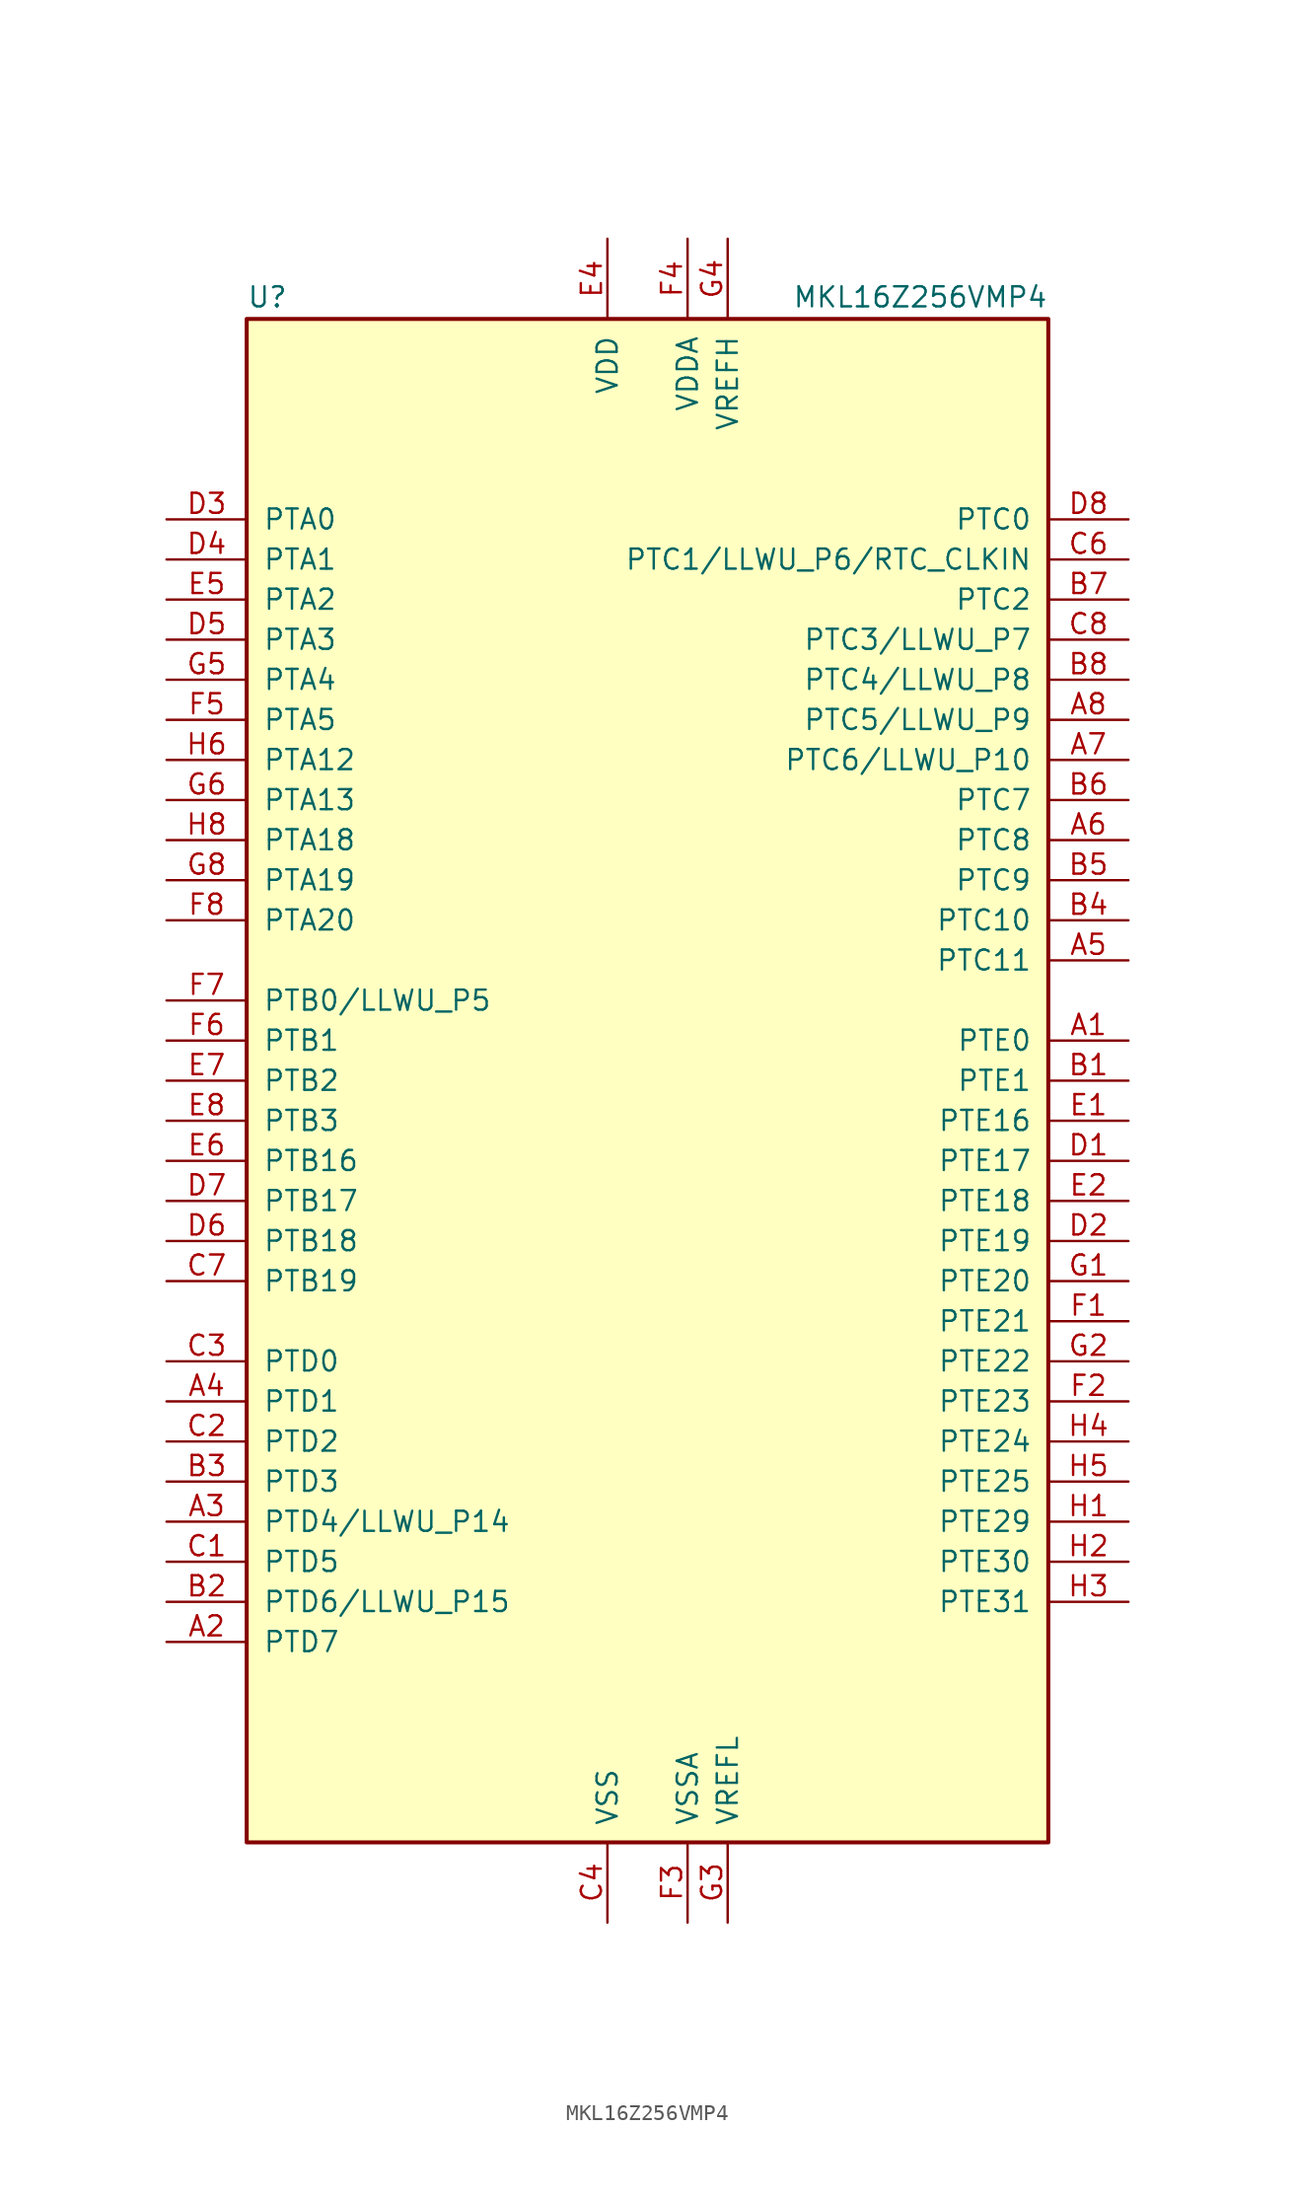
<source format=kicad_sym>
(kicad_symbol_lib
  (version 20200908)
  (generator kicad_symbol_editor)
  (symbol "MCU_NXP_Kinetis:MKL16Z256VMP4"
    (pin_names
      (offset 1.016))
    (property "Reference" "U"
      (at -25.4 48.895 0)
      (effects (font (size 1.27 1.27)) (justify left bottom)))
    (property "Value" "MKL16Z256VMP4"
      (at 25.4 48.895 0)
      (effects (font (size 1.27 1.27)) (justify right bottom)))
    (symbol "MKL16Z256VMP4_0_1"
      (rectangle (start -25.4 48.26) (end 25.4 -48.26) (stroke (width 0.254)) (fill (type background))))
    (symbol "MKL16Z256VMP4_1_1"
      (pin bidirectional line (at 30.48 2.54 180) (length 5.08) (name "PTE0" (effects (font (size 1.27 1.27)))) (number "A1" (effects (font (size 1.27 1.27)))))
      (pin bidirectional line (at -30.48 -35.56 0) (length 5.08) (name "PTD7" (effects (font (size 1.27 1.27)))) (number "A2" (effects (font (size 1.27 1.27)))))
      (pin bidirectional line (at -30.48 -27.94 0) (length 5.08) (name "PTD4/LLWU_P14" (effects (font (size 1.27 1.27)))) (number "A3" (effects (font (size 1.27 1.27)))))
      (pin bidirectional line (at -30.48 -20.32 0) (length 5.08) (name "PTD1" (effects (font (size 1.27 1.27)))) (number "A4" (effects (font (size 1.27 1.27)))))
      (pin bidirectional line (at 30.48 7.62 180) (length 5.08) (name "PTC11" (effects (font (size 1.27 1.27)))) (number "A5" (effects (font (size 1.27 1.27)))))
      (pin bidirectional line (at 30.48 15.24 180) (length 5.08) (name "PTC8" (effects (font (size 1.27 1.27)))) (number "A6" (effects (font (size 1.27 1.27)))))
      (pin bidirectional line (at 30.48 20.32 180) (length 5.08) (name "PTC6/LLWU_P10" (effects (font (size 1.27 1.27)))) (number "A7" (effects (font (size 1.27 1.27)))))
      (pin bidirectional line (at 30.48 22.86 180) (length 5.08) (name "PTC5/LLWU_P9" (effects (font (size 1.27 1.27)))) (number "A8" (effects (font (size 1.27 1.27)))))
      (pin bidirectional line (at 30.48 0 180) (length 5.08) (name "PTE1" (effects (font (size 1.27 1.27)))) (number "B1" (effects (font (size 1.27 1.27)))))
      (pin bidirectional line (at -30.48 -33.02 0) (length 5.08) (name "PTD6/LLWU_P15" (effects (font (size 1.27 1.27)))) (number "B2" (effects (font (size 1.27 1.27)))))
      (pin bidirectional line (at -30.48 -25.4 0) (length 5.08) (name "PTD3" (effects (font (size 1.27 1.27)))) (number "B3" (effects (font (size 1.27 1.27)))))
      (pin bidirectional line (at 30.48 10.16 180) (length 5.08) (name "PTC10" (effects (font (size 1.27 1.27)))) (number "B4" (effects (font (size 1.27 1.27)))))
      (pin bidirectional line (at 30.48 12.7 180) (length 5.08) (name "PTC9" (effects (font (size 1.27 1.27)))) (number "B5" (effects (font (size 1.27 1.27)))))
      (pin bidirectional line (at 30.48 17.78 180) (length 5.08) (name "PTC7" (effects (font (size 1.27 1.27)))) (number "B6" (effects (font (size 1.27 1.27)))))
      (pin bidirectional line (at 30.48 30.48 180) (length 5.08) (name "PTC2" (effects (font (size 1.27 1.27)))) (number "B7" (effects (font (size 1.27 1.27)))))
      (pin bidirectional line (at 30.48 25.4 180) (length 5.08) (name "PTC4/LLWU_P8" (effects (font (size 1.27 1.27)))) (number "B8" (effects (font (size 1.27 1.27)))))
      (pin bidirectional line (at -30.48 -30.48 0) (length 5.08) (name "PTD5" (effects (font (size 1.27 1.27)))) (number "C1" (effects (font (size 1.27 1.27)))))
      (pin bidirectional line (at -30.48 -22.86 0) (length 5.08) (name "PTD2" (effects (font (size 1.27 1.27)))) (number "C2" (effects (font (size 1.27 1.27)))))
      (pin bidirectional line (at -30.48 -17.78 0) (length 5.08) (name "PTD0" (effects (font (size 1.27 1.27)))) (number "C3" (effects (font (size 1.27 1.27)))))
      (pin power_in line (at -2.54 -53.34 90) (length 5.08) (name "VSS" (effects (font (size 1.27 1.27)))) (number "C4" (effects (font (size 1.27 1.27)))))
      (pin unconnected line (at -15.24 -53.34 90) (length 5.08) hide (name "NC" (effects (font (size 1.27 1.27)))) (number "C5" (effects (font (size 1.27 1.27)))))
      (pin bidirectional line (at 30.48 33.02 180) (length 5.08) (name "PTC1/LLWU_P6/RTC_CLKIN" (effects (font (size 1.27 1.27)))) (number "C6" (effects (font (size 1.27 1.27)))))
      (pin bidirectional line (at -30.48 -12.7 0) (length 5.08) (name "PTB19" (effects (font (size 1.27 1.27)))) (number "C7" (effects (font (size 1.27 1.27)))))
      (pin bidirectional line (at 30.48 27.94 180) (length 5.08) (name "PTC3/LLWU_P7" (effects (font (size 1.27 1.27)))) (number "C8" (effects (font (size 1.27 1.27)))))
      (pin bidirectional line (at 30.48 -5.08 180) (length 5.08) (name "PTE17" (effects (font (size 1.27 1.27)))) (number "D1" (effects (font (size 1.27 1.27)))))
      (pin bidirectional line (at 30.48 -10.16 180) (length 5.08) (name "PTE19" (effects (font (size 1.27 1.27)))) (number "D2" (effects (font (size 1.27 1.27)))))
      (pin bidirectional line (at -30.48 35.56 0) (length 5.08) (name "PTA0" (effects (font (size 1.27 1.27)))) (number "D3" (effects (font (size 1.27 1.27)))))
      (pin bidirectional line (at -30.48 33.02 0) (length 5.08) (name "PTA1" (effects (font (size 1.27 1.27)))) (number "D4" (effects (font (size 1.27 1.27)))))
      (pin bidirectional line (at -30.48 27.94 0) (length 5.08) (name "PTA3" (effects (font (size 1.27 1.27)))) (number "D5" (effects (font (size 1.27 1.27)))))
      (pin bidirectional line (at -30.48 -10.16 0) (length 5.08) (name "PTB18" (effects (font (size 1.27 1.27)))) (number "D6" (effects (font (size 1.27 1.27)))))
      (pin bidirectional line (at -30.48 -7.62 0) (length 5.08) (name "PTB17" (effects (font (size 1.27 1.27)))) (number "D7" (effects (font (size 1.27 1.27)))))
      (pin bidirectional line (at 30.48 35.56 180) (length 5.08) (name "PTC0" (effects (font (size 1.27 1.27)))) (number "D8" (effects (font (size 1.27 1.27)))))
      (pin bidirectional line (at 30.48 -2.54 180) (length 5.08) (name "PTE16" (effects (font (size 1.27 1.27)))) (number "E1" (effects (font (size 1.27 1.27)))))
      (pin bidirectional line (at 30.48 -7.62 180) (length 5.08) (name "PTE18" (effects (font (size 1.27 1.27)))) (number "E2" (effects (font (size 1.27 1.27)))))
      (pin passive line (at -2.54 -53.34 90) (length 5.08) hide (name "VSS" (effects (font (size 1.27 1.27)))) (number "E3" (effects (font (size 1.27 1.27)))))
      (pin power_in line (at -2.54 53.34 270) (length 5.08) (name "VDD" (effects (font (size 1.27 1.27)))) (number "E4" (effects (font (size 1.27 1.27)))))
      (pin bidirectional line (at -30.48 30.48 0) (length 5.08) (name "PTA2" (effects (font (size 1.27 1.27)))) (number "E5" (effects (font (size 1.27 1.27)))))
      (pin bidirectional line (at -30.48 -5.08 0) (length 5.08) (name "PTB16" (effects (font (size 1.27 1.27)))) (number "E6" (effects (font (size 1.27 1.27)))))
      (pin bidirectional line (at -30.48 0 0) (length 5.08) (name "PTB2" (effects (font (size 1.27 1.27)))) (number "E7" (effects (font (size 1.27 1.27)))))
      (pin bidirectional line (at -30.48 -2.54 0) (length 5.08) (name "PTB3" (effects (font (size 1.27 1.27)))) (number "E8" (effects (font (size 1.27 1.27)))))
      (pin bidirectional line (at 30.48 -15.24 180) (length 5.08) (name "PTE21" (effects (font (size 1.27 1.27)))) (number "F1" (effects (font (size 1.27 1.27)))))
      (pin bidirectional line (at 30.48 -20.32 180) (length 5.08) (name "PTE23" (effects (font (size 1.27 1.27)))) (number "F2" (effects (font (size 1.27 1.27)))))
      (pin power_in line (at 2.54 -53.34 90) (length 5.08) (name "VSSA" (effects (font (size 1.27 1.27)))) (number "F3" (effects (font (size 1.27 1.27)))))
      (pin power_in line (at 2.54 53.34 270) (length 5.08) (name "VDDA" (effects (font (size 1.27 1.27)))) (number "F4" (effects (font (size 1.27 1.27)))))
      (pin bidirectional line (at -30.48 22.86 0) (length 5.08) (name "PTA5" (effects (font (size 1.27 1.27)))) (number "F5" (effects (font (size 1.27 1.27)))))
      (pin bidirectional line (at -30.48 2.54 0) (length 5.08) (name "PTB1" (effects (font (size 1.27 1.27)))) (number "F6" (effects (font (size 1.27 1.27)))))
      (pin bidirectional line (at -30.48 5.08 0) (length 5.08) (name "PTB0/LLWU_P5" (effects (font (size 1.27 1.27)))) (number "F7" (effects (font (size 1.27 1.27)))))
      (pin bidirectional line (at -30.48 10.16 0) (length 5.08) (name "PTA20" (effects (font (size 1.27 1.27)))) (number "F8" (effects (font (size 1.27 1.27)))))
      (pin bidirectional line (at 30.48 -12.7 180) (length 5.08) (name "PTE20" (effects (font (size 1.27 1.27)))) (number "G1" (effects (font (size 1.27 1.27)))))
      (pin bidirectional line (at 30.48 -17.78 180) (length 5.08) (name "PTE22" (effects (font (size 1.27 1.27)))) (number "G2" (effects (font (size 1.27 1.27)))))
      (pin power_in line (at 5.08 -53.34 90) (length 5.08) (name "VREFL" (effects (font (size 1.27 1.27)))) (number "G3" (effects (font (size 1.27 1.27)))))
      (pin power_in line (at 5.08 53.34 270) (length 5.08) (name "VREFH" (effects (font (size 1.27 1.27)))) (number "G4" (effects (font (size 1.27 1.27)))))
      (pin bidirectional line (at -30.48 25.4 0) (length 5.08) (name "PTA4" (effects (font (size 1.27 1.27)))) (number "G5" (effects (font (size 1.27 1.27)))))
      (pin bidirectional line (at -30.48 17.78 0) (length 5.08) (name "PTA13" (effects (font (size 1.27 1.27)))) (number "G6" (effects (font (size 1.27 1.27)))))
      (pin passive line (at -2.54 53.34 270) (length 5.08) hide (name "VDD" (effects (font (size 1.27 1.27)))) (number "G7" (effects (font (size 1.27 1.27)))))
      (pin bidirectional line (at -30.48 12.7 0) (length 5.08) (name "PTA19" (effects (font (size 1.27 1.27)))) (number "G8" (effects (font (size 1.27 1.27)))))
      (pin bidirectional line (at 30.48 -27.94 180) (length 5.08) (name "PTE29" (effects (font (size 1.27 1.27)))) (number "H1" (effects (font (size 1.27 1.27)))))
      (pin bidirectional line (at 30.48 -30.48 180) (length 5.08) (name "PTE30" (effects (font (size 1.27 1.27)))) (number "H2" (effects (font (size 1.27 1.27)))))
      (pin bidirectional line (at 30.48 -33.02 180) (length 5.08) (name "PTE31" (effects (font (size 1.27 1.27)))) (number "H3" (effects (font (size 1.27 1.27)))))
      (pin bidirectional line (at 30.48 -22.86 180) (length 5.08) (name "PTE24" (effects (font (size 1.27 1.27)))) (number "H4" (effects (font (size 1.27 1.27)))))
      (pin bidirectional line (at 30.48 -25.4 180) (length 5.08) (name "PTE25" (effects (font (size 1.27 1.27)))) (number "H5" (effects (font (size 1.27 1.27)))))
      (pin bidirectional line (at -30.48 20.32 0) (length 5.08) (name "PTA12" (effects (font (size 1.27 1.27)))) (number "H6" (effects (font (size 1.27 1.27)))))
      (pin passive line (at -2.54 -53.34 90) (length 5.08) hide (name "VSS" (effects (font (size 1.27 1.27)))) (number "H7" (effects (font (size 1.27 1.27)))))
      (pin bidirectional line (at -30.48 15.24 0) (length 5.08) (name "PTA18" (effects (font (size 1.27 1.27)))) (number "H8" (effects (font (size 1.27 1.27))))))))
</source>
